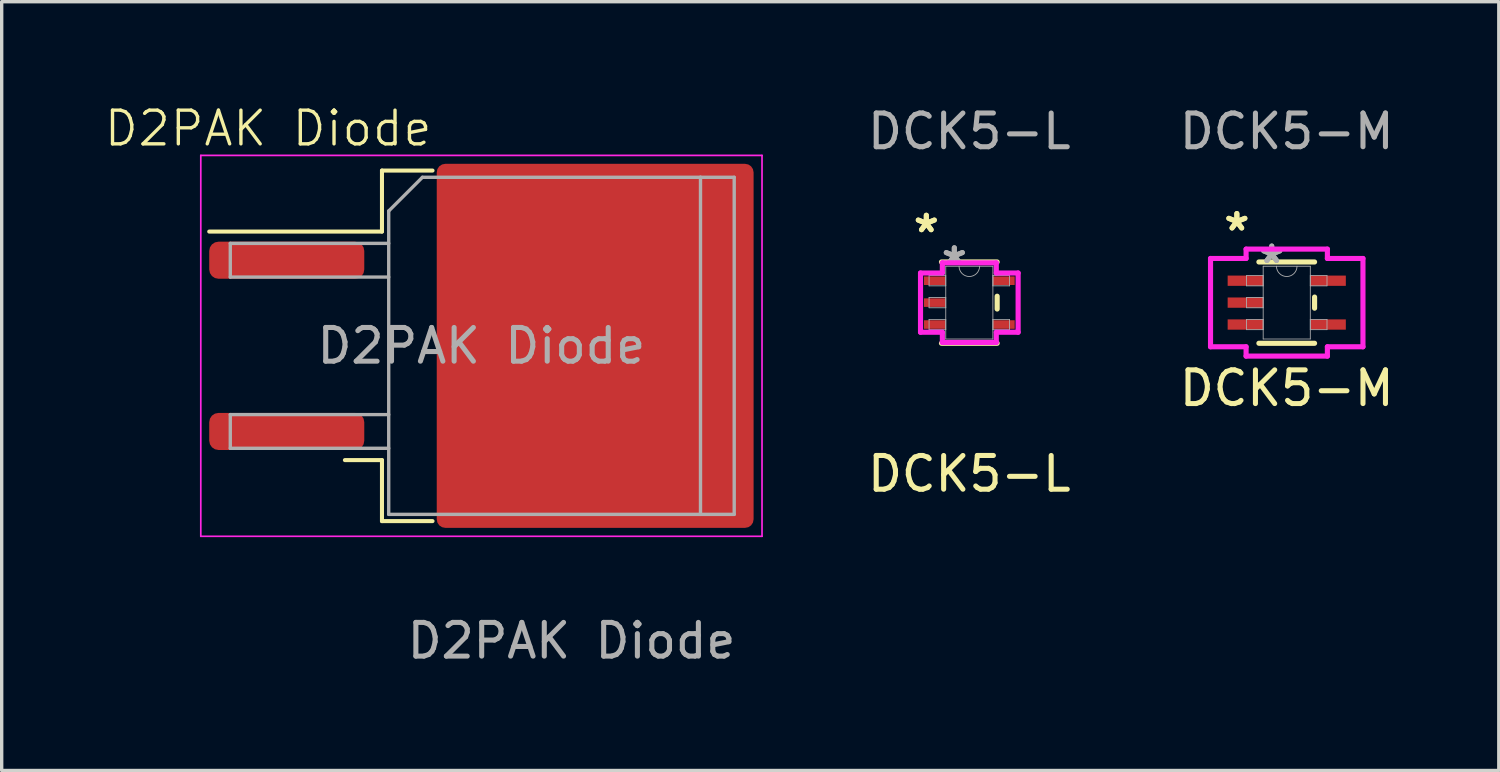
<source format=kicad_pcb>
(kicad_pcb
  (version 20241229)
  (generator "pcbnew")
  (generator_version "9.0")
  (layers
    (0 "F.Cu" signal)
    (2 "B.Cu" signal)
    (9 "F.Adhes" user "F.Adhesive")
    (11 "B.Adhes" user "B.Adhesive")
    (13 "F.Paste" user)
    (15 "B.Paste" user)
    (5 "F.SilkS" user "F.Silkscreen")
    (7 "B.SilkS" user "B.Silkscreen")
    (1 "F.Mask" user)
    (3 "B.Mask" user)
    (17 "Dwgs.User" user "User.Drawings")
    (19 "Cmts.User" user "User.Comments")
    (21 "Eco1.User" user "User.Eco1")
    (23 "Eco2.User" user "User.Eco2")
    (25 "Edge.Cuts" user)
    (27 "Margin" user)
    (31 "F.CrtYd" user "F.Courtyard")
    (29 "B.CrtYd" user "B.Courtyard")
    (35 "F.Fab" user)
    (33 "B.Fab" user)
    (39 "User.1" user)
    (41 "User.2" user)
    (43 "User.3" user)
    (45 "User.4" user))
  (footprint "DCK5-L"
    (layer "F.Cu")
    (at 25.707 5.928)
    (property "Reference" "DCK5-L" (at 0 5.08 0) (unlocked yes) (layer "F.SilkS") (effects (font (size 1 1) (thickness 0.15))))
    (attr smd)
    (fp_line (start -0.826 1.206) (end 0.826 1.206) (stroke (width 0.152) (type solid)) (layer "F.SilkS"))
    (fp_line (start 0.826 -1.206) (end -0.826 -1.206) (stroke (width 0.152) (type solid)) (layer "F.SilkS"))
    (fp_line (start 0.826 0.19) (end 0.826 -0.19) (stroke (width 0.152) (type solid)) (layer "F.SilkS"))
    (fp_line (start -1.448 -0.879) (end -0.8 -0.879) (stroke (width 0.152) (type solid)) (layer "F.CrtYd"))
    (fp_line (start -1.448 0.879) (end -1.448 -0.879) (stroke (width 0.152) (type solid)) (layer "F.CrtYd"))
    (fp_line (start -0.8 -1.181) (end 0.8 -1.181) (stroke (width 0.152) (type solid)) (layer "F.CrtYd"))
    (fp_line (start -0.8 -0.879) (end -0.8 -1.181) (stroke (width 0.152) (type solid)) (layer "F.CrtYd"))
    (fp_line (start -0.8 0.879) (end -1.448 0.879) (stroke (width 0.152) (type solid)) (layer "F.CrtYd"))
    (fp_line (start -0.8 1.181) (end -0.8 0.879) (stroke (width 0.152) (type solid)) (layer "F.CrtYd"))
    (fp_line (start 0.8 -1.181) (end 0.8 -0.879) (stroke (width 0.152) (type solid)) (layer "F.CrtYd"))
    (fp_line (start 0.8 -0.879) (end 1.448 -0.879) (stroke (width 0.152) (type solid)) (layer "F.CrtYd"))
    (fp_line (start 0.8 0.879) (end 0.8 1.181) (stroke (width 0.152) (type solid)) (layer "F.CrtYd"))
    (fp_line (start 0.8 1.181) (end -0.8 1.181) (stroke (width 0.152) (type solid)) (layer "F.CrtYd"))
    (fp_line (start 1.448 -0.879) (end 1.448 0.879) (stroke (width 0.152) (type solid)) (layer "F.CrtYd"))
    (fp_line (start 1.448 0.879) (end 0.8 0.879) (stroke (width 0.152) (type solid)) (layer "F.CrtYd"))
    (fp_line (start -1.194 -0.802) (end -1.194 -0.498) (stroke (width 0.025) (type solid)) (layer "F.Fab"))
    (fp_line (start -1.194 -0.498) (end -0.699 -0.498) (stroke (width 0.025) (type solid)) (layer "F.Fab"))
    (fp_line (start -1.194 -0.152) (end -1.194 0.152) (stroke (width 0.025) (type solid)) (layer "F.Fab"))
    (fp_line (start -1.194 0.152) (end -0.699 0.152) (stroke (width 0.025) (type solid)) (layer "F.Fab"))
    (fp_line (start -1.194 0.498) (end -1.194 0.802) (stroke (width 0.025) (type solid)) (layer "F.Fab"))
    (fp_line (start -1.194 0.802) (end -0.699 0.802) (stroke (width 0.025) (type solid)) (layer "F.Fab"))
    (fp_line (start -0.699 -1.079) (end -0.699 1.079) (stroke (width 0.025) (type solid)) (layer "F.Fab"))
    (fp_line (start -0.699 -0.802) (end -1.194 -0.802) (stroke (width 0.025) (type solid)) (layer "F.Fab"))
    (fp_line (start -0.699 -0.498) (end -0.699 -0.802) (stroke (width 0.025) (type solid)) (layer "F.Fab"))
    (fp_line (start -0.699 -0.152) (end -1.194 -0.152) (stroke (width 0.025) (type solid)) (layer "F.Fab"))
    (fp_line (start -0.699 0.152) (end -0.699 -0.152) (stroke (width 0.025) (type solid)) (layer "F.Fab"))
    (fp_line (start -0.699 0.498) (end -1.194 0.498) (stroke (width 0.025) (type solid)) (layer "F.Fab"))
    (fp_line (start -0.699 0.802) (end -0.699 0.498) (stroke (width 0.025) (type solid)) (layer "F.Fab"))
    (fp_line (start -0.699 1.079) (end 0.699 1.079) (stroke (width 0.025) (type solid)) (layer "F.Fab"))
    (fp_line (start 0.699 -1.079) (end -0.699 -1.079) (stroke (width 0.025) (type solid)) (layer "F.Fab"))
    (fp_line (start 0.699 -0.802) (end 0.699 -0.498) (stroke (width 0.025) (type solid)) (layer "F.Fab"))
    (fp_line (start 0.699 -0.498) (end 1.194 -0.498) (stroke (width 0.025) (type solid)) (layer "F.Fab"))
    (fp_line (start 0.699 0.498) (end 0.699 0.802) (stroke (width 0.025) (type solid)) (layer "F.Fab"))
    (fp_line (start 0.699 0.802) (end 1.194 0.802) (stroke (width 0.025) (type solid)) (layer "F.Fab"))
    (fp_line (start 0.699 1.079) (end 0.699 -1.079) (stroke (width 0.025) (type solid)) (layer "F.Fab"))
    (fp_line (start 1.194 -0.802) (end 0.699 -0.802) (stroke (width 0.025) (type solid)) (layer "F.Fab"))
    (fp_line (start 1.194 -0.498) (end 1.194 -0.802) (stroke (width 0.025) (type solid)) (layer "F.Fab"))
    (fp_line (start 1.194 0.498) (end 0.699 0.498) (stroke (width 0.025) (type solid)) (layer "F.Fab"))
    (fp_line (start 1.194 0.802) (end 1.194 0.498) (stroke (width 0.025) (type solid)) (layer "F.Fab"))
    (fp_arc (start 0.3048 -1.0795) (mid 0 -0.7747) (end -0.3048 -1.0795) (stroke (width 0.0254) (type solid)) (layer "F.Fab"))
    (fp_text user "*" (at -1.276 -2.047 0) (unlocked yes) (layer "F.SilkS") (effects (font (size 1 1) (thickness 0.15))))
    (fp_text user "*" (at -1.276 -2.047 0) (layer "F.SilkS") (effects (font (size 1 1) (thickness 0.15))))
    (fp_text user "*" (at -0.445 -1.082 0) (layer "F.Fab") (effects (font (size 1 1) (thickness 0.15))))
    (fp_text user "${REFERENCE}" (at 0 -5.08 0) (unlocked yes) (layer "F.Fab") (effects (font (size 1 1) (thickness 0.15))))
    (fp_text user "*" (at -0.445 -1.082 0) (unlocked yes) (layer "F.Fab") (effects (font (size 1 1) (thickness 0.15))))
    (pad "1" smd rect (at -1.022 -0.65) (size 0.648 0.254) (layers "F.Cu" "F.Mask" "F.Paste"))
    (pad "2" smd rect (at -1.022 0) (size 0.648 0.254) (layers "F.Cu" "F.Mask" "F.Paste"))
    (pad "3" smd rect (at -1.022 0.65) (size 0.648 0.254) (layers "F.Cu" "F.Mask" "F.Paste"))
    (pad "4" smd rect (at 1.022 0.65) (size 0.648 0.254) (layers "F.Cu" "F.Mask" "F.Paste"))
    (pad "5" smd rect (at 1.022 -0.65) (size 0.648 0.254) (layers "F.Cu" "F.Mask" "F.Paste")))
  (footprint "DCK5-M"
    (layer "F.Cu")
    (at 35.124 5.928)
    (property "Reference" "DCK5-M" (at 0 2.54 0) (unlocked yes) (layer "F.SilkS") (effects (font (size 1 1) (thickness 0.15))))
    (attr smd)
    (fp_line (start -0.826 1.206) (end 0.826 1.206) (stroke (width 0.152) (type solid)) (layer "F.SilkS"))
    (fp_line (start 0.826 -1.206) (end -0.826 -1.206) (stroke (width 0.152) (type solid)) (layer "F.SilkS"))
    (fp_line (start 0.826 0.165) (end 0.826 -0.165) (stroke (width 0.152) (type solid)) (layer "F.SilkS"))
    (fp_line (start -2.261 -1.31) (end -1.206 -1.31) (stroke (width 0.152) (type solid)) (layer "F.CrtYd"))
    (fp_line (start -2.261 1.31) (end -2.261 -1.31) (stroke (width 0.152) (type solid)) (layer "F.CrtYd"))
    (fp_line (start -1.206 -1.587) (end 1.206 -1.587) (stroke (width 0.152) (type solid)) (layer "F.CrtYd"))
    (fp_line (start -1.206 -1.31) (end -1.206 -1.587) (stroke (width 0.152) (type solid)) (layer "F.CrtYd"))
    (fp_line (start -1.206 1.31) (end -2.261 1.31) (stroke (width 0.152) (type solid)) (layer "F.CrtYd"))
    (fp_line (start -1.206 1.587) (end -1.206 1.31) (stroke (width 0.152) (type solid)) (layer "F.CrtYd"))
    (fp_line (start 1.206 -1.587) (end 1.206 -1.31) (stroke (width 0.152) (type solid)) (layer "F.CrtYd"))
    (fp_line (start 1.206 -1.31) (end 2.261 -1.31) (stroke (width 0.152) (type solid)) (layer "F.CrtYd"))
    (fp_line (start 1.206 1.31) (end 1.206 1.587) (stroke (width 0.152) (type solid)) (layer "F.CrtYd"))
    (fp_line (start 1.206 1.587) (end -1.206 1.587) (stroke (width 0.152) (type solid)) (layer "F.CrtYd"))
    (fp_line (start 2.261 -1.31) (end 2.261 1.31) (stroke (width 0.152) (type solid)) (layer "F.CrtYd"))
    (fp_line (start 2.261 1.31) (end 1.206 1.31) (stroke (width 0.152) (type solid)) (layer "F.CrtYd"))
    (fp_line (start -1.194 -0.802) (end -1.194 -0.498) (stroke (width 0.025) (type solid)) (layer "F.Fab"))
    (fp_line (start -1.194 -0.498) (end -0.699 -0.498) (stroke (width 0.025) (type solid)) (layer "F.Fab"))
    (fp_line (start -1.194 -0.152) (end -1.194 0.152) (stroke (width 0.025) (type solid)) (layer "F.Fab"))
    (fp_line (start -1.194 0.152) (end -0.699 0.152) (stroke (width 0.025) (type solid)) (layer "F.Fab"))
    (fp_line (start -1.194 0.498) (end -1.194 0.802) (stroke (width 0.025) (type solid)) (layer "F.Fab"))
    (fp_line (start -1.194 0.802) (end -0.699 0.802) (stroke (width 0.025) (type solid)) (layer "F.Fab"))
    (fp_line (start -0.699 -1.079) (end -0.699 1.079) (stroke (width 0.025) (type solid)) (layer "F.Fab"))
    (fp_line (start -0.699 -0.802) (end -1.194 -0.802) (stroke (width 0.025) (type solid)) (layer "F.Fab"))
    (fp_line (start -0.699 -0.498) (end -0.699 -0.802) (stroke (width 0.025) (type solid)) (layer "F.Fab"))
    (fp_line (start -0.699 -0.152) (end -1.194 -0.152) (stroke (width 0.025) (type solid)) (layer "F.Fab"))
    (fp_line (start -0.699 0.152) (end -0.699 -0.152) (stroke (width 0.025) (type solid)) (layer "F.Fab"))
    (fp_line (start -0.699 0.498) (end -1.194 0.498) (stroke (width 0.025) (type solid)) (layer "F.Fab"))
    (fp_line (start -0.699 0.802) (end -0.699 0.498) (stroke (width 0.025) (type solid)) (layer "F.Fab"))
    (fp_line (start -0.699 1.079) (end 0.699 1.079) (stroke (width 0.025) (type solid)) (layer "F.Fab"))
    (fp_line (start 0.699 -1.079) (end -0.699 -1.079) (stroke (width 0.025) (type solid)) (layer "F.Fab"))
    (fp_line (start 0.699 -0.802) (end 0.699 -0.498) (stroke (width 0.025) (type solid)) (layer "F.Fab"))
    (fp_line (start 0.699 -0.498) (end 1.194 -0.498) (stroke (width 0.025) (type solid)) (layer "F.Fab"))
    (fp_line (start 0.699 0.498) (end 0.699 0.802) (stroke (width 0.025) (type solid)) (layer "F.Fab"))
    (fp_line (start 0.699 0.802) (end 1.194 0.802) (stroke (width 0.025) (type solid)) (layer "F.Fab"))
    (fp_line (start 0.699 1.079) (end 0.699 -1.079) (stroke (width 0.025) (type solid)) (layer "F.Fab"))
    (fp_line (start 1.194 -0.802) (end 0.699 -0.802) (stroke (width 0.025) (type solid)) (layer "F.Fab"))
    (fp_line (start 1.194 -0.498) (end 1.194 -0.802) (stroke (width 0.025) (type solid)) (layer "F.Fab"))
    (fp_line (start 1.194 0.498) (end 0.699 0.498) (stroke (width 0.025) (type solid)) (layer "F.Fab"))
    (fp_line (start 1.194 0.802) (end 1.194 0.498) (stroke (width 0.025) (type solid)) (layer "F.Fab"))
    (fp_arc (start 0.3048 -1.0795) (mid 0 -0.7747) (end -0.3048 -1.0795) (stroke (width 0.0254) (type solid)) (layer "F.Fab"))
    (fp_text user "*" (at -1.48 -2.098 0) (unlocked yes) (layer "F.SilkS") (effects (font (size 1 1) (thickness 0.15))))
    (fp_text user "*" (at -1.48 -2.098 0) (layer "F.SilkS") (effects (font (size 1 1) (thickness 0.15))))
    (fp_text user "*" (at -0.445 -1.133 0) (unlocked yes) (layer "F.Fab") (effects (font (size 1 1) (thickness 0.15))))
    (fp_text user "*" (at -0.445 -1.133 0) (layer "F.Fab") (effects (font (size 1 1) (thickness 0.15))))
    (fp_text user "${REFERENCE}" (at 0 -5.08 0) (unlocked yes) (layer "F.Fab") (effects (font (size 1 1) (thickness 0.15))))
    (pad "1" smd rect (at -1.226 -0.65) (size 1.054 0.305) (layers "F.Cu" "F.Mask" "F.Paste"))
    (pad "2" smd rect (at -1.226 0) (size 1.054 0.305) (layers "F.Cu" "F.Mask" "F.Paste"))
    (pad "3" smd rect (at -1.226 0.65) (size 1.054 0.305) (layers "F.Cu" "F.Mask" "F.Paste"))
    (pad "4" smd rect (at 1.226 0.65) (size 1.054 0.305) (layers "F.Cu" "F.Mask" "F.Paste"))
    (pad "5" smd rect (at 1.226 -0.65) (size 1.054 0.305) (layers "F.Cu" "F.Mask" "F.Paste")))
  (footprint "D2PAK Diode"
    (layer "F.Cu")
    (at 13.907 7.16)
    (property "Reference" "D2PAK Diode" (at -9 -6.4 0) (unlocked yes) (layer "F.SilkS") (effects (font (size 1 1) (thickness 0.1))))
    (attr smd)
    (fp_line (start -5.625 -5.15) (end -5.625 -3.34) (stroke (width 0.12) (type solid)) (layer "F.SilkS"))
    (fp_line (start -5.625 -3.34) (end -10.75 -3.34) (stroke (width 0.12) (type solid)) (layer "F.SilkS"))
    (fp_line (start -5.625 3.44) (end -6.725 3.44) (stroke (width 0.12) (type solid)) (layer "F.SilkS"))
    (fp_line (start -5.625 5.25) (end -5.625 3.44) (stroke (width 0.12) (type solid)) (layer "F.SilkS"))
    (fp_line (start -4.125 -5.15) (end -5.625 -5.15) (stroke (width 0.12) (type solid)) (layer "F.SilkS"))
    (fp_line (start -4.125 5.25) (end -5.625 5.25) (stroke (width 0.12) (type solid)) (layer "F.SilkS"))
    (fp_line (start -11 -5.6) (end -11 5.7) (stroke (width 0.05) (type solid)) (layer "F.CrtYd"))
    (fp_line (start -11 5.7) (end 5.65 5.7) (stroke (width 0.05) (type solid)) (layer "F.CrtYd"))
    (fp_line (start 5.65 -5.6) (end -11 -5.6) (stroke (width 0.05) (type solid)) (layer "F.CrtYd"))
    (fp_line (start 5.65 5.7) (end 5.65 -5.6) (stroke (width 0.05) (type solid)) (layer "F.CrtYd"))
    (fp_line (start -10.125 -2.99) (end -10.125 -1.99) (stroke (width 0.1) (type solid)) (layer "F.Fab"))
    (fp_line (start -10.125 -1.99) (end -5.425 -1.99) (stroke (width 0.1) (type solid)) (layer "F.Fab"))
    (fp_line (start -10.125 2.09) (end -10.125 3.09) (stroke (width 0.1) (type solid)) (layer "F.Fab"))
    (fp_line (start -10.125 3.09) (end -5.425 3.09) (stroke (width 0.1) (type solid)) (layer "F.Fab"))
    (fp_line (start -5.425 -3.95) (end -4.425 -4.95) (stroke (width 0.1) (type solid)) (layer "F.Fab"))
    (fp_line (start -5.425 -2.99) (end -10.125 -2.99) (stroke (width 0.1) (type solid)) (layer "F.Fab"))
    (fp_line (start -5.425 2.09) (end -10.125 2.09) (stroke (width 0.1) (type solid)) (layer "F.Fab"))
    (fp_line (start -5.425 5.05) (end -5.425 -3.95) (stroke (width 0.1) (type solid)) (layer "F.Fab"))
    (fp_line (start -4.425 -4.95) (end 3.825 -4.95) (stroke (width 0.1) (type solid)) (layer "F.Fab"))
    (fp_line (start 3.825 -4.95) (end 3.825 5.05) (stroke (width 0.1) (type solid)) (layer "F.Fab"))
    (fp_line (start 3.825 -4.95) (end 4.825 -4.95) (stroke (width 0.1) (type solid)) (layer "F.Fab"))
    (fp_line (start 3.825 5.05) (end -5.425 5.05) (stroke (width 0.1) (type solid)) (layer "F.Fab"))
    (fp_line (start 4.825 -4.95) (end 4.825 5.05) (stroke (width 0.1) (type solid)) (layer "F.Fab"))
    (fp_line (start 4.825 5.05) (end 3.825 5.05) (stroke (width 0.1) (type solid)) (layer "F.Fab"))
    (fp_text user "${REFERENCE}" (at -2.675 0.05 0) (layer "F.Fab") (effects (font (size 1 1) (thickness 0.15))))
    (fp_text user "${REFERENCE}" (at 0 8.8 0) (unlocked yes) (layer "F.Fab") (effects (font (size 1 1) (thickness 0.15))))
    (pad "" smd roundrect (at -1.725 -2.725) (size 4.55 5.25) (layers "F.Paste") (roundrect_rratio 0.055))
    (pad "" smd roundrect (at -1.725 2.825) (size 4.55 5.25) (layers "F.Paste") (roundrect_rratio 0.055))
    (pad "" smd roundrect (at 3.125 -2.725) (size 4.55 5.25) (layers "F.Paste") (roundrect_rratio 0.055))
    (pad "" smd roundrect (at 3.125 2.825) (size 4.55 5.25) (layers "F.Paste") (roundrect_rratio 0.055))
    (pad "1" smd roundrect (at 0.7 0.05) (size 9.4 10.8) (layers "F.Cu" "F.Mask") (roundrect_rratio 0.027))
    (pad "2" smd roundrect (at -8.45 -2.49) (size 4.6 1.1) (layers "F.Cu" "F.Mask" "F.Paste") (roundrect_rratio 0.25))
    (pad "2" smd roundrect (at -8.45 2.59) (size 4.6 1.1) (layers "F.Cu" "F.Mask" "F.Paste") (roundrect_rratio 0.25)))
  (gr_rect
    (start -3 -3)
    (end 41.415 19.809)
    (stroke (width 0.1) (type default))
    (fill no)
    (layer "Edge.Cuts")))
</source>
